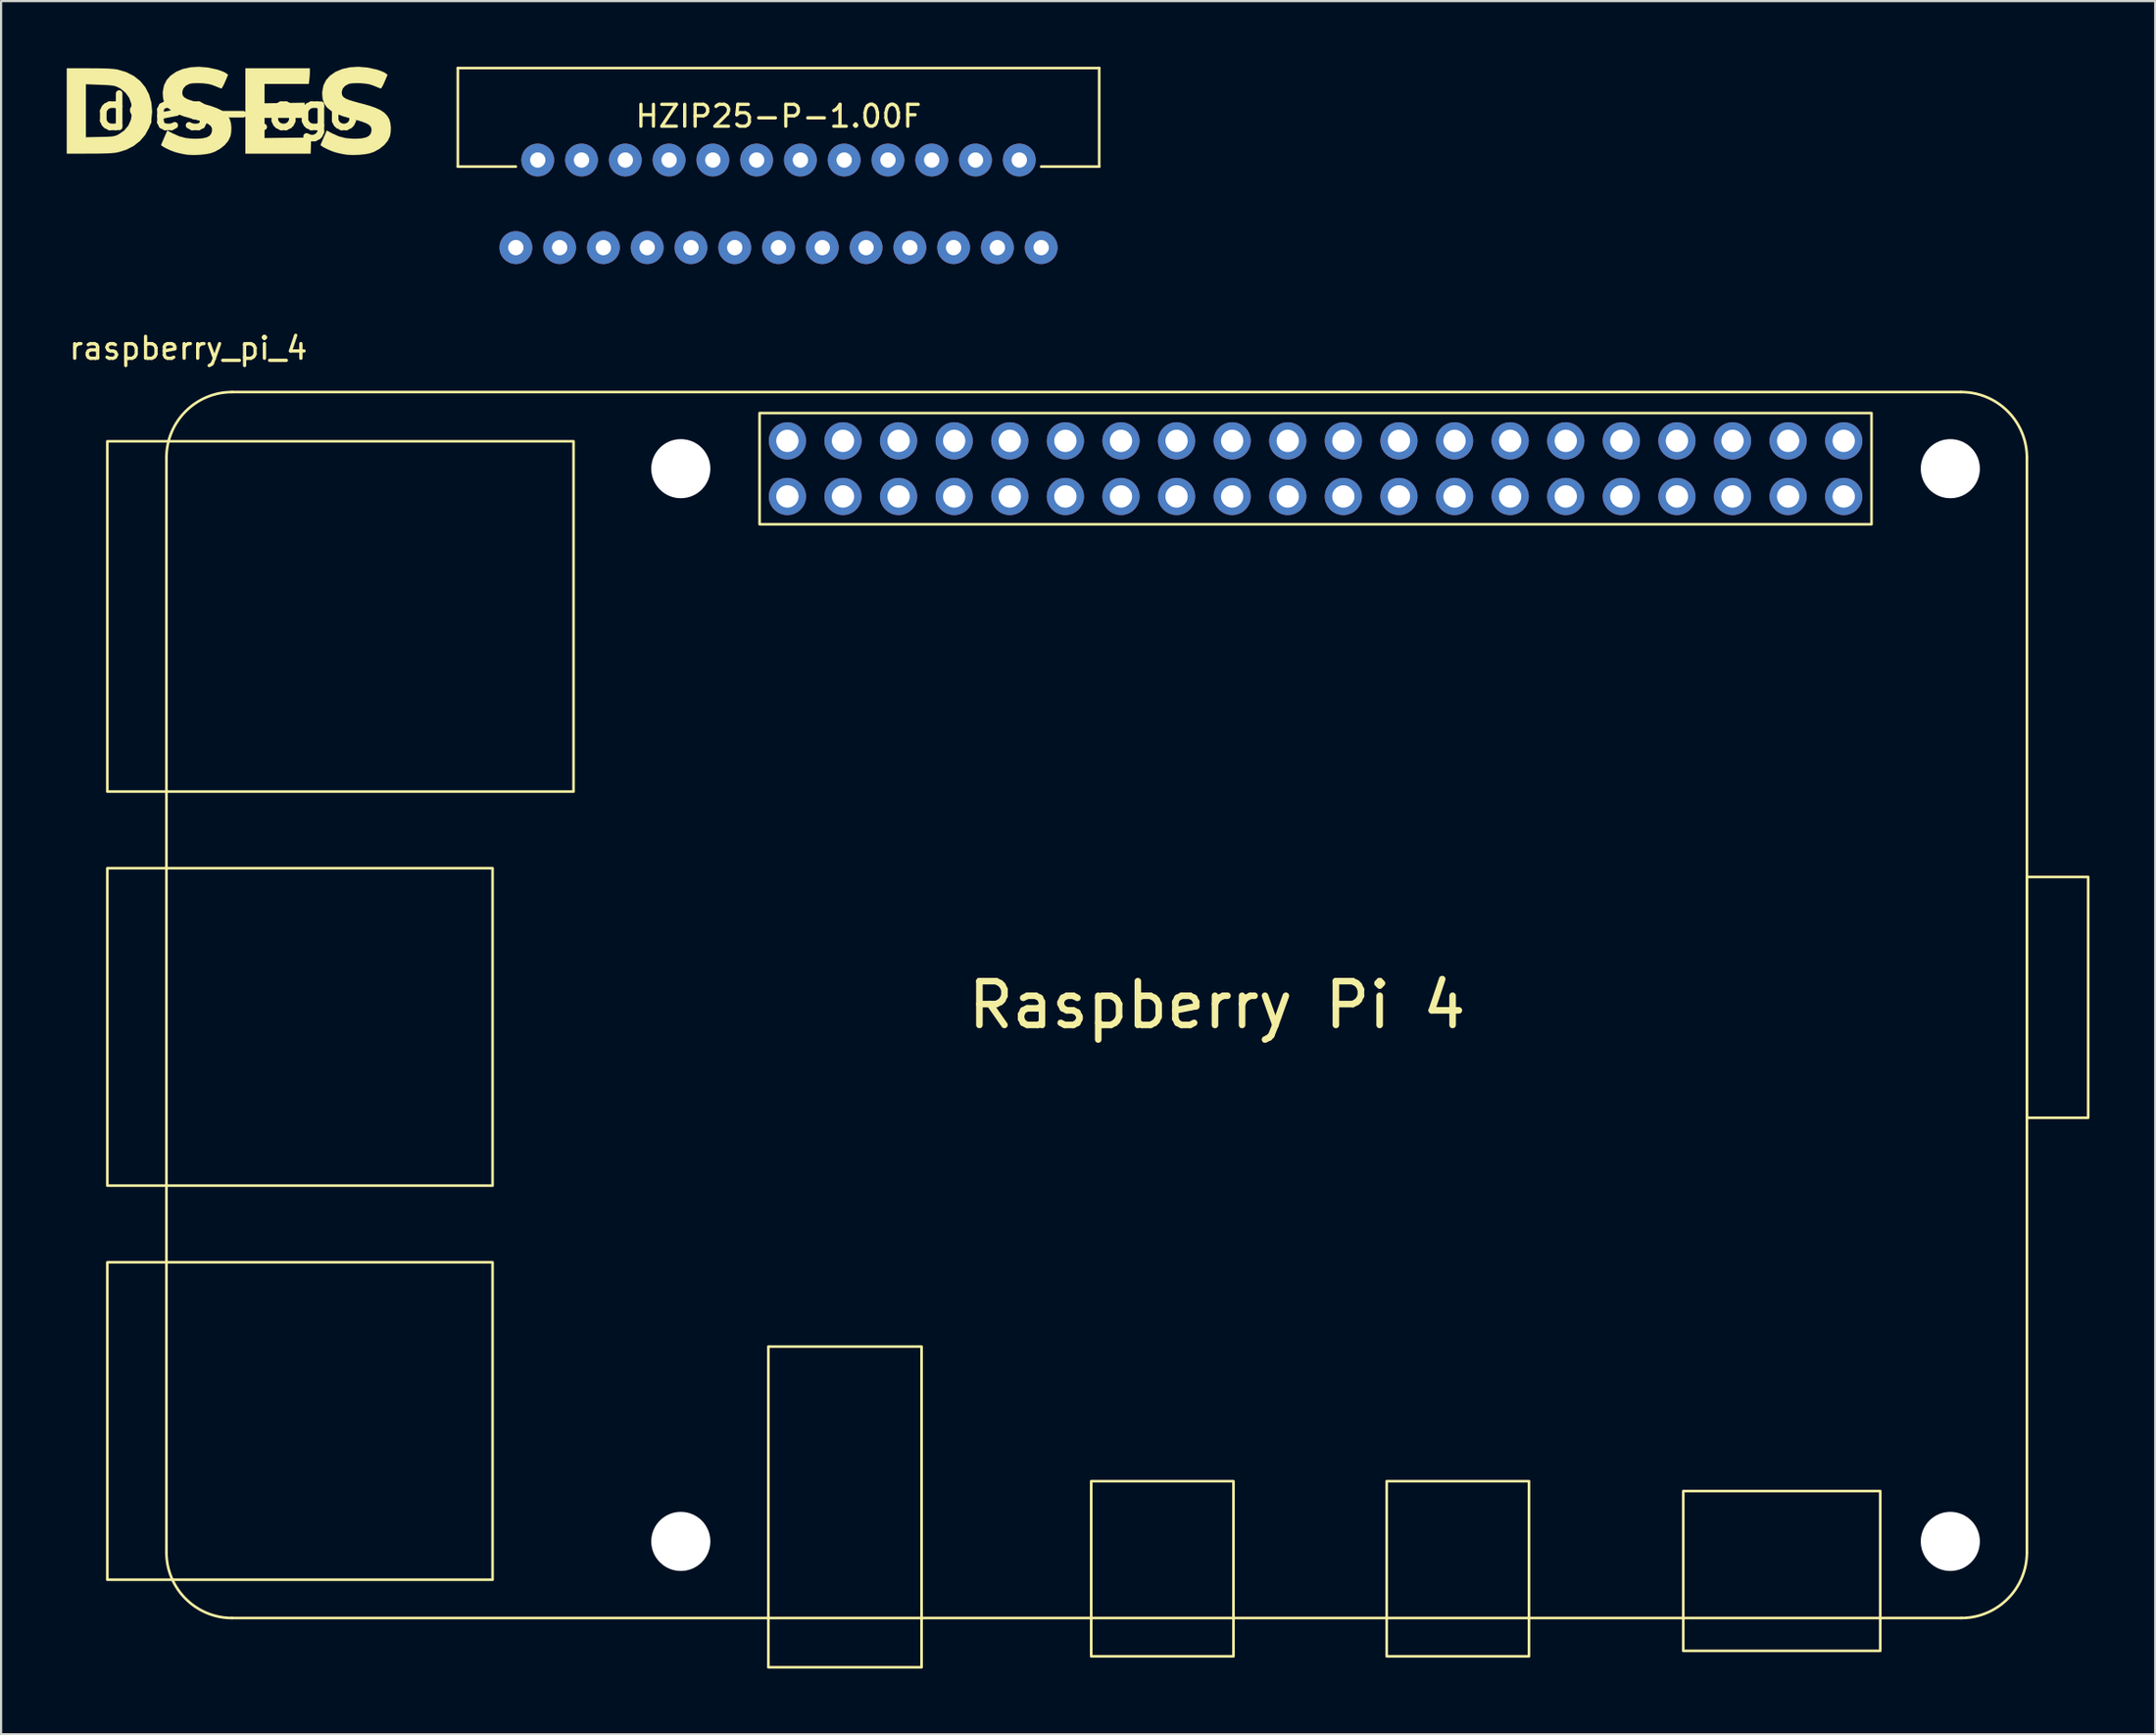
<source format=kicad_pcb>
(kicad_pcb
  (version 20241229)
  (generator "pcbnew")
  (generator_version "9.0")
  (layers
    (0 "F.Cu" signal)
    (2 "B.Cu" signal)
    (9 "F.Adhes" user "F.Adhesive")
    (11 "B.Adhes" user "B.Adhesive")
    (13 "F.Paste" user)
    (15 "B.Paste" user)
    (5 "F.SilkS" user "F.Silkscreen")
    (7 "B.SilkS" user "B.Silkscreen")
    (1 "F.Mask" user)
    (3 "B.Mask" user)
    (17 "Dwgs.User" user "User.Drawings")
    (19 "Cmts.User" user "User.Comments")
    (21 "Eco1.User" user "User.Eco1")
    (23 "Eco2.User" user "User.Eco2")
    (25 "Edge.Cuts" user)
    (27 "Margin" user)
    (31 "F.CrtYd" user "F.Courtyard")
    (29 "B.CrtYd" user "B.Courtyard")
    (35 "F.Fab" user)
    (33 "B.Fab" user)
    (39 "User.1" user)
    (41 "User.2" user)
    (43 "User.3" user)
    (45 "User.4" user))
  (footprint "dses-logo"
    (layer "F.Cu")
    (at 7.365 2.058)
    (property "Reference" "dses-logo" (at 0 0 0) (layer "F.SilkS") (effects (font (size 1.524 1.524) (thickness 0.3))))
    (attr board_only exclude_from_pos_files exclude_from_bom)
    (fp_poly (pts (xy 3.742 -1.817) (xy 3.736 -1.661) (xy 3.721 -1.494) (xy 3.717 -1.459) (xy 3.692 -1.274) (xy 1.672 -1.274) (xy 1.672 -0.39) (xy 2.588 -0.404) (xy 3.503 -0.418) (xy 3.503 -0.07) (xy 3.503 0.279) (xy 1.672 0.279) (xy 1.672 1.197) (xy 3.802 1.174) (xy 3.777 1.911) (xy 0.796 1.911) (xy 0.796 -1.991) (xy 3.742 -1.991)) (stroke (width 0) (type solid)) (fill yes) (layer "F.SilkS"))
    (fp_poly (pts (xy -6.34 -1.99) (xy -5.967 -1.988) (xy -5.664 -1.982) (xy -5.423 -1.973) (xy -5.235 -1.959) (xy -5.091 -1.941) (xy -5.04 -1.931) (xy -4.64 -1.811) (xy -4.294 -1.633) (xy -4.003 -1.401) (xy -3.772 -1.118) (xy -3.603 -0.789) (xy -3.499 -0.417) (xy -3.464 -0.006) (xy -3.464 -0.003) (xy -3.501 0.383) (xy -3.608 0.737) (xy -3.782 1.055) (xy -4.017 1.331) (xy -4.31 1.559) (xy -4.654 1.735) (xy -5.04 1.851) (xy -5.167 1.872) (xy -5.335 1.888) (xy -5.552 1.899) (xy -5.826 1.906) (xy -6.168 1.91) (xy -6.34 1.91) (xy -7.365 1.911) (xy -7.365 -1.26) (xy -6.489 -1.26) (xy -6.489 1.161) (xy -5.842 1.147) (xy -5.599 1.142) (xy -5.419 1.134) (xy -5.288 1.124) (xy -5.191 1.107) (xy -5.112 1.083) (xy -5.035 1.049) (xy -4.991 1.026) (xy -4.743 0.855) (xy -4.557 0.636) (xy -4.437 0.372) (xy -4.383 0.064) (xy -4.379 -0.04) (xy -4.413 -0.359) (xy -4.512 -0.637) (xy -4.676 -0.869) (xy -4.901 -1.053) (xy -4.991 -1.103) (xy -5.059 -1.137) (xy -5.122 -1.163) (xy -5.19 -1.184) (xy -5.275 -1.199) (xy -5.389 -1.211) (xy -5.543 -1.221) (xy -5.75 -1.231) (xy -6.019 -1.242) (xy -6.141 -1.246) (xy -6.489 -1.26) (xy -7.365 -1.26) (xy -7.365 -1.991)) (stroke (width 0) (type solid)) (fill yes) (layer "F.SilkS"))
    (fp_poly (pts (xy -0.93 -2.026) (xy -0.518 -1.938) (xy -0.432 -1.913) (xy -0.284 -1.861) (xy -0.156 -1.805) (xy -0.081 -1.761) (xy 0.005 -1.691) (xy -0.13 -1.373) (xy -0.195 -1.231) (xy -0.252 -1.124) (xy -0.292 -1.068) (xy -0.302 -1.064) (xy -0.355 -1.082) (xy -0.459 -1.123) (xy -0.592 -1.178) (xy -0.597 -1.18) (xy -0.76 -1.24) (xy -0.923 -1.277) (xy -1.117 -1.299) (xy -1.24 -1.306) (xy -1.45 -1.309) (xy -1.627 -1.3) (xy -1.751 -1.281) (xy -1.762 -1.277) (xy -1.926 -1.191) (xy -2.038 -1.067) (xy -2.085 -0.919) (xy -2.086 -0.898) (xy -2.079 -0.805) (xy -2.052 -0.728) (xy -1.996 -0.663) (xy -1.902 -0.603) (xy -1.761 -0.545) (xy -1.563 -0.482) (xy -1.301 -0.41) (xy -1.164 -0.375) (xy -0.813 -0.277) (xy -0.532 -0.178) (xy -0.311 -0.075) (xy -0.143 0.04) (xy -0.017 0.171) (xy 0.076 0.323) (xy 0.084 0.338) (xy 0.136 0.514) (xy 0.157 0.731) (xy 0.146 0.955) (xy 0.112 1.122) (xy 0.014 1.325) (xy -0.148 1.519) (xy -0.36 1.689) (xy -0.605 1.824) (xy -0.806 1.895) (xy -1.02 1.936) (xy -1.28 1.962) (xy -1.552 1.972) (xy -1.804 1.963) (xy -1.929 1.949) (xy -2.109 1.915) (xy -2.3 1.871) (xy -2.387 1.848) (xy -2.521 1.802) (xy -2.669 1.741) (xy -2.814 1.673) (xy -2.939 1.607) (xy -3.026 1.551) (xy -3.057 1.514) (xy -3.057 1.512) (xy -3.037 1.465) (xy -2.993 1.364) (xy -2.934 1.226) (xy -2.909 1.169) (xy -2.772 0.853) (xy -2.527 0.983) (xy -2.223 1.119) (xy -1.917 1.199) (xy -1.582 1.229) (xy -1.398 1.228) (xy -1.146 1.208) (xy -0.962 1.164) (xy -0.837 1.093) (xy -0.762 0.99) (xy -0.734 0.898) (xy -0.727 0.787) (xy -0.755 0.693) (xy -0.825 0.611) (xy -0.946 0.535) (xy -1.124 0.463) (xy -1.367 0.388) (xy -1.632 0.318) (xy -2.024 0.206) (xy -2.342 0.084) (xy -2.59 -0.054) (xy -2.773 -0.211) (xy -2.896 -0.392) (xy -2.963 -0.602) (xy -2.981 -0.845) (xy -2.976 -0.937) (xy -2.921 -1.215) (xy -2.801 -1.454) (xy -2.625 -1.65) (xy -2.369 -1.829) (xy -2.061 -1.958) (xy -1.711 -2.035) (xy -1.331 -2.058)) (stroke (width 0) (type solid)) (fill yes) (layer "F.SilkS"))
    (fp_poly (pts (xy 6.356 -2.026) (xy 6.767 -1.938) (xy 6.854 -1.913) (xy 7.002 -1.861) (xy 7.129 -1.805) (xy 7.204 -1.761) (xy 7.29 -1.691) (xy 7.155 -1.373) (xy 7.091 -1.231) (xy 7.034 -1.124) (xy 6.993 -1.068) (xy 6.984 -1.064) (xy 6.931 -1.082) (xy 6.827 -1.123) (xy 6.694 -1.178) (xy 6.688 -1.18) (xy 6.526 -1.24) (xy 6.363 -1.277) (xy 6.169 -1.299) (xy 6.046 -1.306) (xy 5.836 -1.309) (xy 5.658 -1.3) (xy 5.535 -1.281) (xy 5.524 -1.277) (xy 5.359 -1.191) (xy 5.247 -1.067) (xy 5.2 -0.919) (xy 5.199 -0.898) (xy 5.206 -0.805) (xy 5.234 -0.728) (xy 5.29 -0.663) (xy 5.384 -0.603) (xy 5.525 -0.545) (xy 5.722 -0.482) (xy 5.984 -0.41) (xy 6.122 -0.375) (xy 6.473 -0.277) (xy 6.754 -0.178) (xy 6.974 -0.075) (xy 7.143 0.04) (xy 7.269 0.171) (xy 7.362 0.323) (xy 7.369 0.338) (xy 7.421 0.514) (xy 7.443 0.731) (xy 7.432 0.955) (xy 7.398 1.122) (xy 7.3 1.325) (xy 7.137 1.519) (xy 6.926 1.689) (xy 6.681 1.824) (xy 6.48 1.895) (xy 6.266 1.936) (xy 6.006 1.962) (xy 5.734 1.972) (xy 5.481 1.963) (xy 5.356 1.949) (xy 5.176 1.915) (xy 4.985 1.871) (xy 4.898 1.848) (xy 4.764 1.802) (xy 4.616 1.741) (xy 4.471 1.673) (xy 4.346 1.607) (xy 4.26 1.551) (xy 4.228 1.514) (xy 4.229 1.512) (xy 4.249 1.465) (xy 4.292 1.364) (xy 4.352 1.226) (xy 4.377 1.169) (xy 4.514 0.853) (xy 4.758 0.983) (xy 5.062 1.119) (xy 5.369 1.199) (xy 5.704 1.229) (xy 5.887 1.228) (xy 6.14 1.208) (xy 6.324 1.164) (xy 6.449 1.093) (xy 6.524 0.99) (xy 6.551 0.898) (xy 6.559 0.787) (xy 6.531 0.693) (xy 6.461 0.611) (xy 6.34 0.535) (xy 6.162 0.463) (xy 5.918 0.388) (xy 5.653 0.318) (xy 5.261 0.206) (xy 4.944 0.084) (xy 4.696 -0.054) (xy 4.513 -0.211) (xy 4.39 -0.392) (xy 4.322 -0.602) (xy 4.305 -0.845) (xy 4.31 -0.937) (xy 4.365 -1.215) (xy 4.485 -1.454) (xy 4.66 -1.65) (xy 4.917 -1.829) (xy 5.225 -1.958) (xy 5.574 -2.035) (xy 5.955 -2.058)) (stroke (width 0) (type solid)) (fill yes) (layer "F.SilkS")))
  (footprint "HZIP25-P-1.00F"
    (layer "F.Cu")
    (at 32.518 4.26)
    (property "Reference" "HZIP25-P-1.00F" (at 0 -2 0) (unlocked yes) (layer "F.SilkS") (effects (font (size 1 1) (thickness 0.15))))
    (attr through_hole)
    (fp_line (start -14.65 -4.2) (end -14.65 0.3) (stroke (width 0.12) (type solid)) (layer "F.SilkS"))
    (fp_line (start -14.65 0.3) (end -12 0.3) (stroke (width 0.12) (type solid)) (layer "F.SilkS"))
    (fp_line (start 12 0.3) (end 14.65 0.3) (stroke (width 0.12) (type solid)) (layer "F.SilkS"))
    (fp_line (start 14.65 -4.2) (end -14.65 -4.2) (stroke (width 0.12) (type solid)) (layer "F.SilkS"))
    (fp_line (start 14.65 -4.2) (end 14.65 0.3) (stroke (width 0.12) (type solid)) (layer "F.SilkS"))
    (pad "1" thru_hole circle (at -12 4) (size 1.5 1.5) (drill 0.7) (layers "*.Cu" "*.Mask"))
    (pad "2" thru_hole circle (at -11 0) (size 1.5 1.5) (drill 0.7) (layers "*.Cu" "*.Mask"))
    (pad "3" thru_hole circle (at -10 4) (size 1.5 1.5) (drill 0.7) (layers "*.Cu" "*.Mask"))
    (pad "4" thru_hole circle (at -9 0) (size 1.5 1.5) (drill 0.7) (layers "*.Cu" "*.Mask"))
    (pad "5" thru_hole circle (at -8 4) (size 1.5 1.5) (drill 0.7) (layers "*.Cu" "*.Mask"))
    (pad "6" thru_hole circle (at -7 0) (size 1.5 1.5) (drill 0.7) (layers "*.Cu" "*.Mask"))
    (pad "7" thru_hole circle (at -6 4) (size 1.5 1.5) (drill 0.7) (layers "*.Cu" "*.Mask"))
    (pad "8" thru_hole circle (at -5 0) (size 1.5 1.5) (drill 0.7) (layers "*.Cu" "*.Mask"))
    (pad "9" thru_hole circle (at -4 4) (size 1.5 1.5) (drill 0.7) (layers "*.Cu" "*.Mask"))
    (pad "10" thru_hole circle (at -3 0) (size 1.5 1.5) (drill 0.7) (layers "*.Cu" "*.Mask"))
    (pad "11" thru_hole circle (at -2 4) (size 1.5 1.5) (drill 0.7) (layers "*.Cu" "*.Mask"))
    (pad "12" thru_hole circle (at -1 0) (size 1.5 1.5) (drill 0.7) (layers "*.Cu" "*.Mask"))
    (pad "13" thru_hole circle (at 0 4) (size 1.5 1.5) (drill 0.7) (layers "*.Cu" "*.Mask"))
    (pad "14" thru_hole circle (at 1 0) (size 1.5 1.5) (drill 0.7) (layers "*.Cu" "*.Mask"))
    (pad "15" thru_hole circle (at 2 4) (size 1.5 1.5) (drill 0.7) (layers "*.Cu" "*.Mask"))
    (pad "16" thru_hole circle (at 3 0) (size 1.5 1.5) (drill 0.7) (layers "*.Cu" "*.Mask"))
    (pad "17" thru_hole circle (at 4 4) (size 1.5 1.5) (drill 0.7) (layers "*.Cu" "*.Mask"))
    (pad "18" thru_hole circle (at 5 0) (size 1.5 1.5) (drill 0.7) (layers "*.Cu" "*.Mask"))
    (pad "19" thru_hole circle (at 6 4) (size 1.5 1.5) (drill 0.7) (layers "*.Cu" "*.Mask"))
    (pad "20" thru_hole circle (at 7 0) (size 1.5 1.5) (drill 0.7) (layers "*.Cu" "*.Mask"))
    (pad "21" thru_hole circle (at 8 4) (size 1.5 1.5) (drill 0.7) (layers "*.Cu" "*.Mask"))
    (pad "22" thru_hole circle (at 9 0) (size 1.5 1.5) (drill 0.7) (layers "*.Cu" "*.Mask"))
    (pad "23" thru_hole circle (at 10 4) (size 1.5 1.5) (drill 0.7) (layers "*.Cu" "*.Mask"))
    (pad "24" thru_hole circle (at 11 0) (size 1.5 1.5) (drill 0.7) (layers "*.Cu" "*.Mask"))
    (pad "25" thru_hole circle (at 12 4) (size 1.5 1.5) (drill 0.7) (layers "*.Cu" "*.Mask")))
  (footprint "raspberry_pi_4"
    (layer "F.Cu")
    (at 4.554 14.858)
    (property "Reference" "raspberry_pi_4" (at 1 -2 0) (unlocked yes) (layer "F.SilkS") (effects (font (size 1 1) (thickness 0.15))))
    (attr through_hole)
    (fp_line (start 0 3) (end 0 53) (stroke (width 0.12) (type solid)) (layer "F.SilkS"))
    (fp_line (start 3 56) (end 82 56) (stroke (width 0.12) (type solid)) (layer "F.SilkS"))
    (fp_line (start 82 0) (end 3 0) (stroke (width 0.12) (type solid)) (layer "F.SilkS"))
    (fp_line (start 85 53) (end 85 3) (stroke (width 0.12) (type solid)) (layer "F.SilkS"))
    (fp_rect (start 14.9 21.75) (end -2.7 36.25) (stroke (width 0.12) (type solid)) (fill no) (layer "F.SilkS"))
    (fp_rect (start 14.9 39.75) (end -2.7 54.25) (stroke (width 0.12) (type solid)) (fill no) (layer "F.SilkS"))
    (fp_rect (start 18.6 2.25) (end -2.7 18.25) (stroke (width 0.12) (type solid)) (fill no) (layer "F.SilkS"))
    (fp_rect (start 34.5 43.6) (end 27.5 58.25) (stroke (width 0.12) (type solid)) (fill no) (layer "F.SilkS"))
    (fp_rect (start 48.75 49.75) (end 42.25 57.75) (stroke (width 0.12) (type solid)) (fill no) (layer "F.SilkS"))
    (fp_rect (start 62.25 49.75) (end 55.75 57.75) (stroke (width 0.12) (type solid)) (fill no) (layer "F.SilkS"))
    (fp_rect (start 77.9 0.96) (end 27.1 6.04) (stroke (width 0.12) (type solid)) (fill no) (layer "F.SilkS"))
    (fp_rect (start 78.3 50.2) (end 69.3 57.5) (stroke (width 0.12) (type solid)) (fill no) (layer "F.SilkS"))
    (fp_rect (start 85 22.15) (end 87.8 33.15) (stroke (width 0.12) (type solid)) (fill no) (layer "F.SilkS"))
    (fp_arc (start 0 3) (mid 0.87868 0.87868) (end 3 0) (stroke (width 0.12) (type solid)) (layer "F.SilkS"))
    (fp_arc (start 3 56) (mid 0.87868 55.12132) (end 0 53) (stroke (width 0.12) (type solid)) (layer "F.SilkS"))
    (fp_arc (start 82 0) (mid 84.12132 0.87868) (end 85 3) (stroke (width 0.12) (type solid)) (layer "F.SilkS"))
    (fp_arc (start 85 53) (mid 84.12132 55.12132) (end 82 56) (stroke (width 0.12) (type solid)) (layer "F.SilkS"))
    (fp_text user "Raspberry Pi 4" (at 48 28 0) (unlocked yes) (layer "F.SilkS") (effects (font (size 2 2) (thickness 0.3))))
    (pad "" np_thru_hole circle (at 23.5 3.5) (size 2.7 2.7) (drill 2.7) (layers "*.Cu" "*.Mask"))
    (pad "" np_thru_hole circle (at 23.5 52.5) (size 2.7 2.7) (drill 2.7) (layers "*.Cu" "*.Mask"))
    (pad "" np_thru_hole circle (at 81.5 3.5) (size 2.7 2.7) (drill 2.7) (layers "*.Cu" "*.Mask"))
    (pad "" np_thru_hole circle (at 81.5 52.5) (size 2.7 2.7) (drill 2.7) (layers "*.Cu" "*.Mask"))
    (pad "1" thru_hole circle (at 76.63 4.77) (size 1.7 1.7) (drill 1.02) (layers "*.Cu" "*.Mask"))
    (pad "2" thru_hole circle (at 76.63 2.23) (size 1.7 1.7) (drill 1.02) (layers "*.Cu" "*.Mask"))
    (pad "3" thru_hole circle (at 74.09 4.77) (size 1.7 1.7) (drill 1.02) (layers "*.Cu" "*.Mask"))
    (pad "4" thru_hole circle (at 74.09 2.23) (size 1.7 1.7) (drill 1.02) (layers "*.Cu" "*.Mask"))
    (pad "5" thru_hole circle (at 71.55 4.77) (size 1.7 1.7) (drill 1.02) (layers "*.Cu" "*.Mask"))
    (pad "6" thru_hole circle (at 71.55 2.23) (size 1.7 1.7) (drill 1.02) (layers "*.Cu" "*.Mask"))
    (pad "7" thru_hole circle (at 69.01 4.77) (size 1.7 1.7) (drill 1.02) (layers "*.Cu" "*.Mask"))
    (pad "8" thru_hole circle (at 69.01 2.23) (size 1.7 1.7) (drill 1.02) (layers "*.Cu" "*.Mask"))
    (pad "9" thru_hole circle (at 66.47 4.77) (size 1.7 1.7) (drill 1.02) (layers "*.Cu" "*.Mask"))
    (pad "10" thru_hole circle (at 66.47 2.23) (size 1.7 1.7) (drill 1.02) (layers "*.Cu" "*.Mask"))
    (pad "11" thru_hole circle (at 63.93 4.77) (size 1.7 1.7) (drill 1.02) (layers "*.Cu" "*.Mask"))
    (pad "12" thru_hole circle (at 63.93 2.23) (size 1.7 1.7) (drill 1.02) (layers "*.Cu" "*.Mask"))
    (pad "13" thru_hole circle (at 61.39 4.77) (size 1.7 1.7) (drill 1.02) (layers "*.Cu" "*.Mask"))
    (pad "14" thru_hole circle (at 61.39 2.23) (size 1.7 1.7) (drill 1.02) (layers "*.Cu" "*.Mask"))
    (pad "15" thru_hole circle (at 58.85 4.77) (size 1.7 1.7) (drill 1.02) (layers "*.Cu" "*.Mask"))
    (pad "16" thru_hole circle (at 58.85 2.23) (size 1.7 1.7) (drill 1.02) (layers "*.Cu" "*.Mask"))
    (pad "17" thru_hole circle (at 56.31 4.77) (size 1.7 1.7) (drill 1.02) (layers "*.Cu" "*.Mask"))
    (pad "18" thru_hole circle (at 56.31 2.23) (size 1.7 1.7) (drill 1.02) (layers "*.Cu" "*.Mask"))
    (pad "19" thru_hole circle (at 53.77 4.77) (size 1.7 1.7) (drill 1.02) (layers "*.Cu" "*.Mask"))
    (pad "20" thru_hole circle (at 53.77 2.23) (size 1.7 1.7) (drill 1.02) (layers "*.Cu" "*.Mask"))
    (pad "21" thru_hole circle (at 51.23 4.77) (size 1.7 1.7) (drill 1.02) (layers "*.Cu" "*.Mask"))
    (pad "22" thru_hole circle (at 51.23 2.23) (size 1.7 1.7) (drill 1.02) (layers "*.Cu" "*.Mask"))
    (pad "23" thru_hole circle (at 48.69 4.77) (size 1.7 1.7) (drill 1.02) (layers "*.Cu" "*.Mask"))
    (pad "24" thru_hole circle (at 48.69 2.23) (size 1.7 1.7) (drill 1.02) (layers "*.Cu" "*.Mask"))
    (pad "25" thru_hole circle (at 46.15 4.77) (size 1.7 1.7) (drill 1.02) (layers "*.Cu" "*.Mask"))
    (pad "26" thru_hole circle (at 46.15 2.23) (size 1.7 1.7) (drill 1.02) (layers "*.Cu" "*.Mask"))
    (pad "27" thru_hole circle (at 43.61 4.77) (size 1.7 1.7) (drill 1.02) (layers "*.Cu" "*.Mask"))
    (pad "28" thru_hole circle (at 43.61 2.23) (size 1.7 1.7) (drill 1.02) (layers "*.Cu" "*.Mask"))
    (pad "29" thru_hole circle (at 41.07 4.77) (size 1.7 1.7) (drill 1.02) (layers "*.Cu" "*.Mask"))
    (pad "30" thru_hole circle (at 41.07 2.23) (size 1.7 1.7) (drill 1.02) (layers "*.Cu" "*.Mask"))
    (pad "31" thru_hole circle (at 38.53 4.77) (size 1.7 1.7) (drill 1.02) (layers "*.Cu" "*.Mask"))
    (pad "32" thru_hole circle (at 38.53 2.23) (size 1.7 1.7) (drill 1.02) (layers "*.Cu" "*.Mask"))
    (pad "33" thru_hole circle (at 35.99 4.77) (size 1.7 1.7) (drill 1.02) (layers "*.Cu" "*.Mask"))
    (pad "34" thru_hole circle (at 35.99 2.23) (size 1.7 1.7) (drill 1.02) (layers "*.Cu" "*.Mask"))
    (pad "35" thru_hole circle (at 33.45 4.77) (size 1.7 1.7) (drill 1.02) (layers "*.Cu" "*.Mask"))
    (pad "36" thru_hole circle (at 33.45 2.23) (size 1.7 1.7) (drill 1.02) (layers "*.Cu" "*.Mask"))
    (pad "37" thru_hole circle (at 30.91 4.77) (size 1.7 1.7) (drill 1.02) (layers "*.Cu" "*.Mask"))
    (pad "38" thru_hole circle (at 30.91 2.23) (size 1.7 1.7) (drill 1.02) (layers "*.Cu" "*.Mask"))
    (pad "39" thru_hole circle (at 28.37 4.77) (size 1.7 1.7) (drill 1.02) (layers "*.Cu" "*.Mask"))
    (pad "40" thru_hole circle (at 28.37 2.23) (size 1.7 1.7) (drill 1.02) (layers "*.Cu" "*.Mask")))
  (gr_rect
    (start -3 -3)
    (end 95.414 76.168)
    (stroke (width 0.1) (type default))
    (fill no)
    (layer "Edge.Cuts")))
</source>
